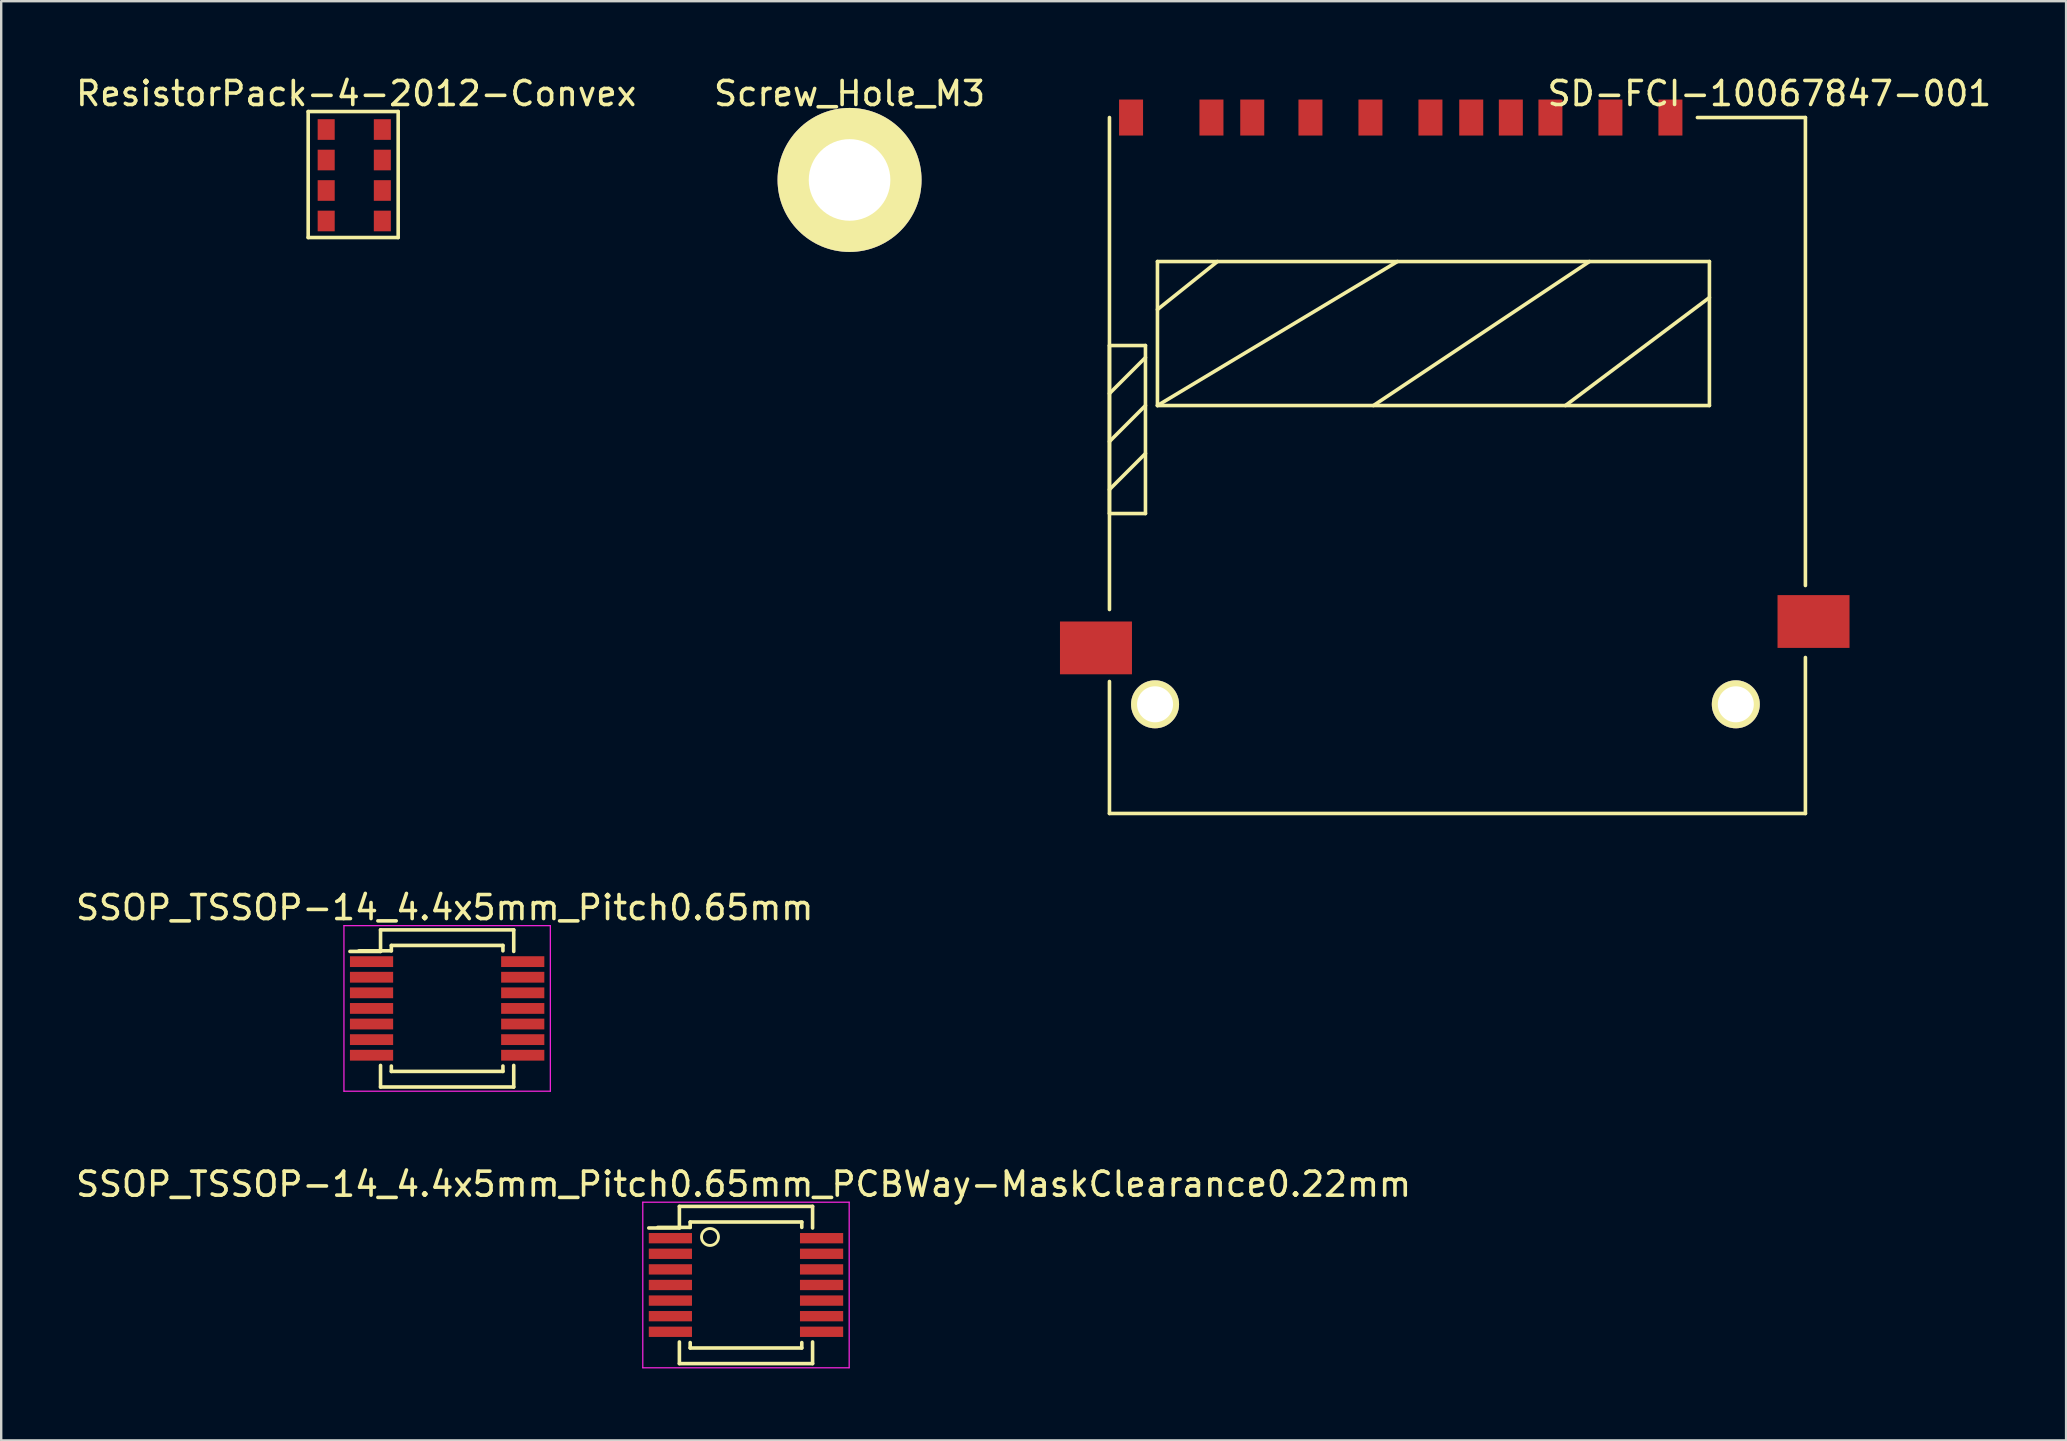
<source format=kicad_pcb>
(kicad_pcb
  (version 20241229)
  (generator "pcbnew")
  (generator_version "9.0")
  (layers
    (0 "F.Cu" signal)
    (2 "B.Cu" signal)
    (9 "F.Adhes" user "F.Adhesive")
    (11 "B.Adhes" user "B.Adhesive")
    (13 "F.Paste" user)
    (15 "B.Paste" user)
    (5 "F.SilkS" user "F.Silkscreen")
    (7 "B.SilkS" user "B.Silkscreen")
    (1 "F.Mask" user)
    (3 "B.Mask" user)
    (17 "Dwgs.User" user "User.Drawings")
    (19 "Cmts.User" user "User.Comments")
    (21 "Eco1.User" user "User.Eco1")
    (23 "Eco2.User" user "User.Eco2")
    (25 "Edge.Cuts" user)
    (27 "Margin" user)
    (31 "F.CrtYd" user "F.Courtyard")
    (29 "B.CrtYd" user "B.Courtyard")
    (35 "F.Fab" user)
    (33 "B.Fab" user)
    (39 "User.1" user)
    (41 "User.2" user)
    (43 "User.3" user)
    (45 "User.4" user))
  (footprint "Screw_Hole_M3"
    (layer "F.Cu")
    (at 32.351 4.448)
    (property "Reference" "Screw_Hole_M3" (at 0 -3.6 0) (layer "F.SilkS") (effects (font (size 1 1) (thickness 0.15))))
    (attr through_hole)
    (pad "1" thru_hole circle (at 0 0) (size 6 6) (drill 3.4) (layers "*.Cu" "*.Mask" "F.SilkS")))
  (footprint "SD-FCI-10067847-001"
    (layer "F.Cu")
    (at 55.319 1.848)
    (property "Reference" "SD-FCI-10067847-001" (at 15.362 -1 0) (layer "F.SilkS") (effects (font (size 1 1) (thickness 0.15))))
    (attr smd)
    (fp_line (start -12.138 0) (end -12.138 20.5) (stroke (width 0.15) (type solid)) (layer "F.SilkS"))
    (fp_line (start -12.138 9.5) (end -10.638 9.5) (stroke (width 0.15) (type solid)) (layer "F.SilkS"))
    (fp_line (start -12.138 11.5) (end -10.638 10) (stroke (width 0.15) (type solid)) (layer "F.SilkS"))
    (fp_line (start -12.138 13.5) (end -10.638 12) (stroke (width 0.15) (type solid)) (layer "F.SilkS"))
    (fp_line (start -12.138 15.5) (end -10.638 14) (stroke (width 0.15) (type solid)) (layer "F.SilkS"))
    (fp_line (start -12.138 16.5) (end -12.138 9.5) (stroke (width 0.15) (type solid)) (layer "F.SilkS"))
    (fp_line (start -12.138 29) (end -12.138 23.5) (stroke (width 0.15) (type solid)) (layer "F.SilkS"))
    (fp_line (start -10.638 9.5) (end -10.638 16.5) (stroke (width 0.15) (type solid)) (layer "F.SilkS"))
    (fp_line (start -10.638 16.5) (end -12.138 16.5) (stroke (width 0.15) (type solid)) (layer "F.SilkS"))
    (fp_line (start -10.138 6) (end -10.138 12) (stroke (width 0.15) (type solid)) (layer "F.SilkS"))
    (fp_line (start -10.138 8) (end -7.638 6) (stroke (width 0.15) (type solid)) (layer "F.SilkS"))
    (fp_line (start -10.138 12) (end -0.138 6) (stroke (width 0.15) (type solid)) (layer "F.SilkS"))
    (fp_line (start -10.138 12) (end 12.862 12) (stroke (width 0.15) (type solid)) (layer "F.SilkS"))
    (fp_line (start -1.138 12) (end 7.862 6) (stroke (width 0.15) (type solid)) (layer "F.SilkS"))
    (fp_line (start 6.862 12) (end 12.862 7.5) (stroke (width 0.15) (type solid)) (layer "F.SilkS"))
    (fp_line (start 12.862 6) (end -10.138 6) (stroke (width 0.15) (type solid)) (layer "F.SilkS"))
    (fp_line (start 12.862 12) (end 12.862 6) (stroke (width 0.15) (type solid)) (layer "F.SilkS"))
    (fp_line (start 16.862 0) (end 12.362 0) (stroke (width 0.15) (type solid)) (layer "F.SilkS"))
    (fp_line (start 16.862 19.5) (end 16.862 0) (stroke (width 0.15) (type solid)) (layer "F.SilkS"))
    (fp_line (start 16.862 22.5) (end 16.862 29) (stroke (width 0.15) (type solid)) (layer "F.SilkS"))
    (fp_line (start 16.862 29) (end -12.138 29) (stroke (width 0.15) (type solid)) (layer "F.SilkS"))
    (pad "" thru_hole circle (at -10.238 24.45) (size 2 2) (drill 1.5) (layers "*.Cu" "*.Mask" "F.SilkS"))
    (pad "" thru_hole circle (at 13.962 24.45) (size 2 2) (drill 1.5) (layers "*.Cu" "*.Mask" "F.SilkS"))
    (pad "1" smd rect (at 8.737 0) (size 1 1.5) (layers "F.Cu" "F.Mask" "F.Paste"))
    (pad "2" smd rect (at 6.237 0) (size 1 1.5) (layers "F.Cu" "F.Mask" "F.Paste"))
    (pad "3" smd rect (at 2.937 0) (size 1 1.5) (layers "F.Cu" "F.Mask" "F.Paste"))
    (pad "4" smd rect (at 1.237 0) (size 1 1.5) (layers "F.Cu" "F.Mask" "F.Paste"))
    (pad "5" smd rect (at -1.263 0) (size 1 1.5) (layers "F.Cu" "F.Mask" "F.Paste"))
    (pad "6" smd rect (at -3.763 0) (size 1 1.5) (layers "F.Cu" "F.Mask" "F.Paste"))
    (pad "7" smd rect (at -6.188 0) (size 1 1.5) (layers "F.Cu" "F.Mask" "F.Paste"))
    (pad "8" smd rect (at -7.888 0) (size 1 1.5) (layers "F.Cu" "F.Mask" "F.Paste"))
    (pad "9" smd rect (at 11.237 0) (size 1 1.5) (layers "F.Cu" "F.Mask" "F.Paste"))
    (pad "10" smd rect (at 4.587 0) (size 1 1.5) (layers "F.Cu" "F.Mask" "F.Paste"))
    (pad "11" smd rect (at -11.238 0) (size 1 1.5) (layers "F.Cu" "F.Mask" "F.Paste"))
    (pad "12" smd rect (at -12.7 22.1) (size 3 2.2) (layers "F.Cu" "F.Mask" "F.Paste"))
    (pad "13" smd rect (at 17.2 21) (size 3 2.2) (layers "F.Cu" "F.Mask" "F.Paste")))
  (footprint "SSOP_TSSOP-14_4.4x5mm_Pitch0.65mm"
    (layer "F.Cu")
    (at 15.582 38.971)
    (property "Reference" "SSOP_TSSOP-14_4.4x5mm_Pitch0.65mm" (at -0.1 -4.2 0) (layer "F.SilkS") (effects (font (size 1 1) (thickness 0.15))))
    (attr smd)
    (fp_line (start -2.775 -3.275) (end -2.775 -2.375) (stroke (width 0.15) (type solid)) (layer "F.SilkS"))
    (fp_line (start -2.775 -3.275) (end 2.775 -3.275) (stroke (width 0.15) (type solid)) (layer "F.SilkS"))
    (fp_line (start -2.775 -2.375) (end -4.05 -2.375) (stroke (width 0.15) (type solid)) (layer "F.SilkS"))
    (fp_line (start -2.775 3.275) (end -2.775 2.375) (stroke (width 0.15) (type solid)) (layer "F.SilkS"))
    (fp_line (start -2.775 3.275) (end 2.775 3.275) (stroke (width 0.15) (type solid)) (layer "F.SilkS"))
    (fp_line (start -2.325 -2.625) (end -2.325 -2.4) (stroke (width 0.15) (type solid)) (layer "F.SilkS"))
    (fp_line (start -2.325 -2.625) (end 2.325 -2.625) (stroke (width 0.15) (type solid)) (layer "F.SilkS"))
    (fp_line (start -2.325 -2.4) (end -3.675 -2.4) (stroke (width 0.15) (type solid)) (layer "F.SilkS"))
    (fp_line (start -2.325 2.625) (end -2.325 2.4) (stroke (width 0.15) (type solid)) (layer "F.SilkS"))
    (fp_line (start -2.325 2.625) (end 2.325 2.625) (stroke (width 0.15) (type solid)) (layer "F.SilkS"))
    (fp_line (start 2.325 -2.625) (end 2.325 -2.4) (stroke (width 0.15) (type solid)) (layer "F.SilkS"))
    (fp_line (start 2.325 2.625) (end 2.325 2.4) (stroke (width 0.15) (type solid)) (layer "F.SilkS"))
    (fp_line (start 2.775 -3.275) (end 2.775 -2.375) (stroke (width 0.15) (type solid)) (layer "F.SilkS"))
    (fp_line (start 2.775 3.275) (end 2.775 2.375) (stroke (width 0.15) (type solid)) (layer "F.SilkS"))
    (fp_line (start -4.3 -3.45) (end -4.3 3.45) (stroke (width 0.05) (type solid)) (layer "F.CrtYd"))
    (fp_line (start -4.3 -3.45) (end 4.3 -3.45) (stroke (width 0.05) (type solid)) (layer "F.CrtYd"))
    (fp_line (start -4.3 3.45) (end 4.3 3.45) (stroke (width 0.05) (type solid)) (layer "F.CrtYd"))
    (fp_line (start 4.3 -3.45) (end 4.3 3.45) (stroke (width 0.05) (type solid)) (layer "F.CrtYd"))
    (pad "1" smd rect (at -3.15 -1.95) (size 1.8 0.45) (layers "F.Cu" "F.Mask" "F.Paste"))
    (pad "2" smd rect (at -3.15 -1.3) (size 1.8 0.45) (layers "F.Cu" "F.Mask" "F.Paste"))
    (pad "3" smd rect (at -3.15 -0.65) (size 1.8 0.45) (layers "F.Cu" "F.Mask" "F.Paste"))
    (pad "4" smd rect (at -3.15 0) (size 1.8 0.45) (layers "F.Cu" "F.Mask" "F.Paste"))
    (pad "5" smd rect (at -3.15 0.65) (size 1.8 0.45) (layers "F.Cu" "F.Mask" "F.Paste"))
    (pad "6" smd rect (at -3.15 1.3) (size 1.8 0.45) (layers "F.Cu" "F.Mask" "F.Paste"))
    (pad "7" smd rect (at -3.15 1.95) (size 1.8 0.45) (layers "F.Cu" "F.Mask" "F.Paste"))
    (pad "8" smd rect (at 3.15 1.95) (size 1.8 0.45) (layers "F.Cu" "F.Mask" "F.Paste"))
    (pad "9" smd rect (at 3.15 1.3) (size 1.8 0.45) (layers "F.Cu" "F.Mask" "F.Paste"))
    (pad "10" smd rect (at 3.15 0.65) (size 1.8 0.45) (layers "F.Cu" "F.Mask" "F.Paste"))
    (pad "11" smd rect (at 3.15 0) (size 1.8 0.45) (layers "F.Cu" "F.Mask" "F.Paste"))
    (pad "12" smd rect (at 3.15 -0.65) (size 1.8 0.45) (layers "F.Cu" "F.Mask" "F.Paste"))
    (pad "13" smd rect (at 3.15 -1.3) (size 1.8 0.45) (layers "F.Cu" "F.Mask" "F.Paste"))
    (pad "14" smd rect (at 3.15 -1.95) (size 1.8 0.45) (layers "F.Cu" "F.Mask" "F.Paste")))
  (footprint "ResistorPack-4-2012-Convex"
    (layer "F.Cu")
    (at 11.712 4.248)
    (property "Reference" "ResistorPack-4-2012-Convex" (at 0.08 -3.4 0) (layer "F.SilkS") (effects (font (size 1 1) (thickness 0.15))))
    (attr smd)
    (fp_line (start -1.92 -2.65) (end 1.83 -2.65) (stroke (width 0.15) (type solid)) (layer "F.SilkS"))
    (fp_line (start -1.92 2.6) (end -1.92 -2.65) (stroke (width 0.15) (type solid)) (layer "F.SilkS"))
    (fp_line (start 1.83 -2.65) (end 1.83 2.6) (stroke (width 0.15) (type solid)) (layer "F.SilkS"))
    (fp_line (start 1.83 2.6) (end -1.92 2.6) (stroke (width 0.15) (type solid)) (layer "F.SilkS"))
    (pad "1" smd rect (at -1.17 -1.9) (size 0.71 0.86) (layers "F.Cu" "F.Mask" "F.Paste"))
    (pad "2" smd rect (at -1.17 -0.63) (size 0.71 0.86) (layers "F.Cu" "F.Mask" "F.Paste"))
    (pad "3" smd rect (at -1.17 0.64) (size 0.71 0.86) (layers "F.Cu" "F.Mask" "F.Paste"))
    (pad "4" smd rect (at -1.17 1.91) (size 0.71 0.86) (layers "F.Cu" "F.Mask" "F.Paste"))
    (pad "5" smd rect (at 1.17 1.91) (size 0.71 0.86) (layers "F.Cu" "F.Mask" "F.Paste"))
    (pad "6" smd rect (at 1.17 0.64) (size 0.71 0.86) (layers "F.Cu" "F.Mask" "F.Paste"))
    (pad "7" smd rect (at 1.17 -0.63) (size 0.71 0.86) (layers "F.Cu" "F.Mask" "F.Paste"))
    (pad "8" smd rect (at 1.17 -1.9) (size 0.71 0.86) (layers "F.Cu" "F.Mask" "F.Paste")))
  (footprint "SSOP_TSSOP-14_4.4x5mm_Pitch0.65mm_PCBWay-MaskClearance0.22mm"
    (layer "F.Cu")
    (at 28.035 50.495)
    (property "Reference" "SSOP_TSSOP-14_4.4x5mm_Pitch0.65mm_PCBWay-MaskClearance0.22mm" (at -0.1 -4.2 0) (layer "F.SilkS") (effects (font (size 1 1) (thickness 0.15))))
    (attr smd)
    (fp_line (start -2.775 -3.275) (end -2.775 -2.375) (stroke (width 0.15) (type solid)) (layer "F.SilkS"))
    (fp_line (start -2.775 -3.275) (end 2.775 -3.275) (stroke (width 0.15) (type solid)) (layer "F.SilkS"))
    (fp_line (start -2.775 -2.375) (end -4.05 -2.375) (stroke (width 0.15) (type solid)) (layer "F.SilkS"))
    (fp_line (start -2.775 3.275) (end -2.775 2.375) (stroke (width 0.15) (type solid)) (layer "F.SilkS"))
    (fp_line (start -2.775 3.275) (end 2.775 3.275) (stroke (width 0.15) (type solid)) (layer "F.SilkS"))
    (fp_line (start -2.325 -2.625) (end -2.325 -2.4) (stroke (width 0.15) (type solid)) (layer "F.SilkS"))
    (fp_line (start -2.325 -2.625) (end 2.325 -2.625) (stroke (width 0.15) (type solid)) (layer "F.SilkS"))
    (fp_line (start -2.325 -2.4) (end -3.675 -2.4) (stroke (width 0.15) (type solid)) (layer "F.SilkS"))
    (fp_line (start -2.325 2.625) (end -2.325 2.4) (stroke (width 0.15) (type solid)) (layer "F.SilkS"))
    (fp_line (start -2.325 2.625) (end 2.325 2.625) (stroke (width 0.15) (type solid)) (layer "F.SilkS"))
    (fp_line (start 2.325 -2.625) (end 2.325 -2.4) (stroke (width 0.15) (type solid)) (layer "F.SilkS"))
    (fp_line (start 2.325 2.625) (end 2.325 2.4) (stroke (width 0.15) (type solid)) (layer "F.SilkS"))
    (fp_line (start 2.775 -3.275) (end 2.775 -2.375) (stroke (width 0.15) (type solid)) (layer "F.SilkS"))
    (fp_line (start 2.775 3.275) (end 2.775 2.375) (stroke (width 0.15) (type solid)) (layer "F.SilkS"))
    (fp_circle (center -1.5 -2) (end -1.25 -1.75) (stroke (width 0.12) (type solid)) (fill no) (layer "F.SilkS"))
    (fp_line (start -4.3 -3.45) (end -4.3 3.45) (stroke (width 0.05) (type solid)) (layer "F.CrtYd"))
    (fp_line (start -4.3 -3.45) (end 4.3 -3.45) (stroke (width 0.05) (type solid)) (layer "F.CrtYd"))
    (fp_line (start -4.3 3.45) (end 4.3 3.45) (stroke (width 0.05) (type solid)) (layer "F.CrtYd"))
    (fp_line (start 4.3 -3.45) (end 4.3 3.45) (stroke (width 0.05) (type solid)) (layer "F.CrtYd"))
    (pad "1" smd rect (at -3.15 -1.95) (size 1.8 0.43) (layers "F.Cu" "F.Mask" "F.Paste"))
    (pad "2" smd rect (at -3.15 -1.3) (size 1.8 0.43) (layers "F.Cu" "F.Mask" "F.Paste"))
    (pad "3" smd rect (at -3.15 -0.65) (size 1.8 0.43) (layers "F.Cu" "F.Mask" "F.Paste"))
    (pad "4" smd rect (at -3.15 0) (size 1.8 0.43) (layers "F.Cu" "F.Mask" "F.Paste"))
    (pad "5" smd rect (at -3.15 0.65) (size 1.8 0.43) (layers "F.Cu" "F.Mask" "F.Paste"))
    (pad "6" smd rect (at -3.15 1.3) (size 1.8 0.43) (layers "F.Cu" "F.Mask" "F.Paste"))
    (pad "7" smd rect (at -3.15 1.95) (size 1.8 0.43) (layers "F.Cu" "F.Mask" "F.Paste"))
    (pad "8" smd rect (at 3.15 1.95) (size 1.8 0.43) (layers "F.Cu" "F.Mask" "F.Paste"))
    (pad "9" smd rect (at 3.15 1.3) (size 1.8 0.43) (layers "F.Cu" "F.Mask" "F.Paste"))
    (pad "10" smd rect (at 3.15 0.65) (size 1.8 0.43) (layers "F.Cu" "F.Mask" "F.Paste"))
    (pad "11" smd rect (at 3.15 0) (size 1.8 0.43) (layers "F.Cu" "F.Mask" "F.Paste"))
    (pad "12" smd rect (at 3.15 -0.65) (size 1.8 0.43) (layers "F.Cu" "F.Mask" "F.Paste"))
    (pad "13" smd rect (at 3.15 -1.3) (size 1.8 0.43) (layers "F.Cu" "F.Mask" "F.Paste"))
    (pad "14" smd rect (at 3.15 -1.95) (size 1.8 0.43) (layers "F.Cu" "F.Mask" "F.Paste")))
  (gr_rect
    (start -3 -3)
    (end 83.044 56.97)
    (stroke (width 0.1) (type default))
    (fill no)
    (layer "Edge.Cuts")))
</source>
